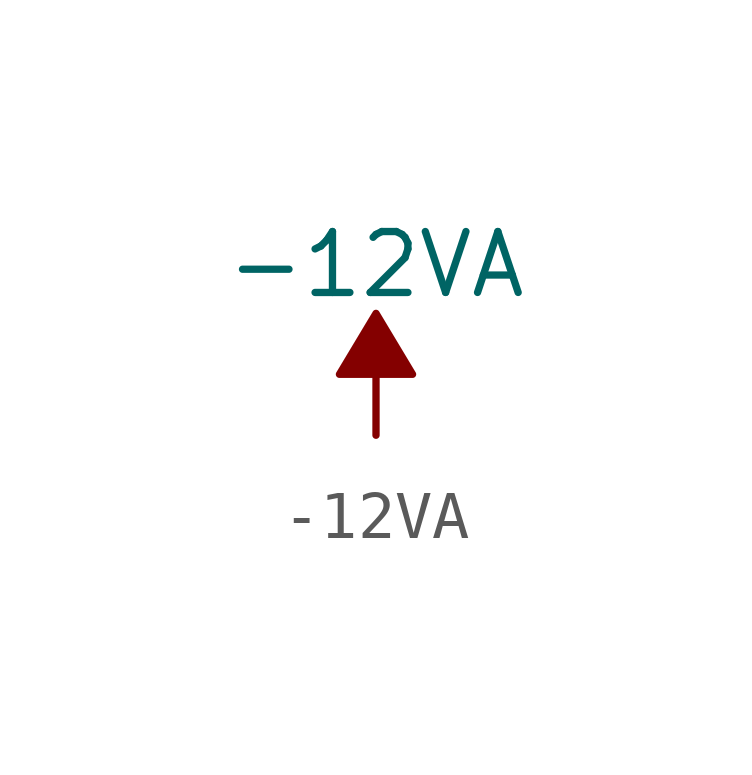
<source format=kicad_sym>
(kicad_symbol_lib
  (version 20201005)
  (generator kicad_symbol_editor)
  (symbol "-12VA"
    (power)
    (pin_names
      (offset 0))
    (property "Reference" "#PWR"
      (at 0 -3.81 0)
      (effects (font (size 1.27 1.27)) hide))
    (property "Value" "-12VA"
      (at 0 3.556 0)
      (effects (font (size 1.27 1.27))))
    (symbol "-12VA_0_0"
      (pin power_in line (at 0 0 90) (length 0) hide (name "-12VA" (effects (font (size 1.27 1.27)))) (number "1" (effects (font (size 1.27 1.27))))))
    (symbol "-12VA_0_1"
      (polyline (pts (xy 0 0) (xy 0 1.27) (xy 0.762 1.27) (xy 0 2.54) (xy -0.762 1.27) (xy 0 1.27)) (stroke (width 0)) (fill (type outline))))))
</source>
